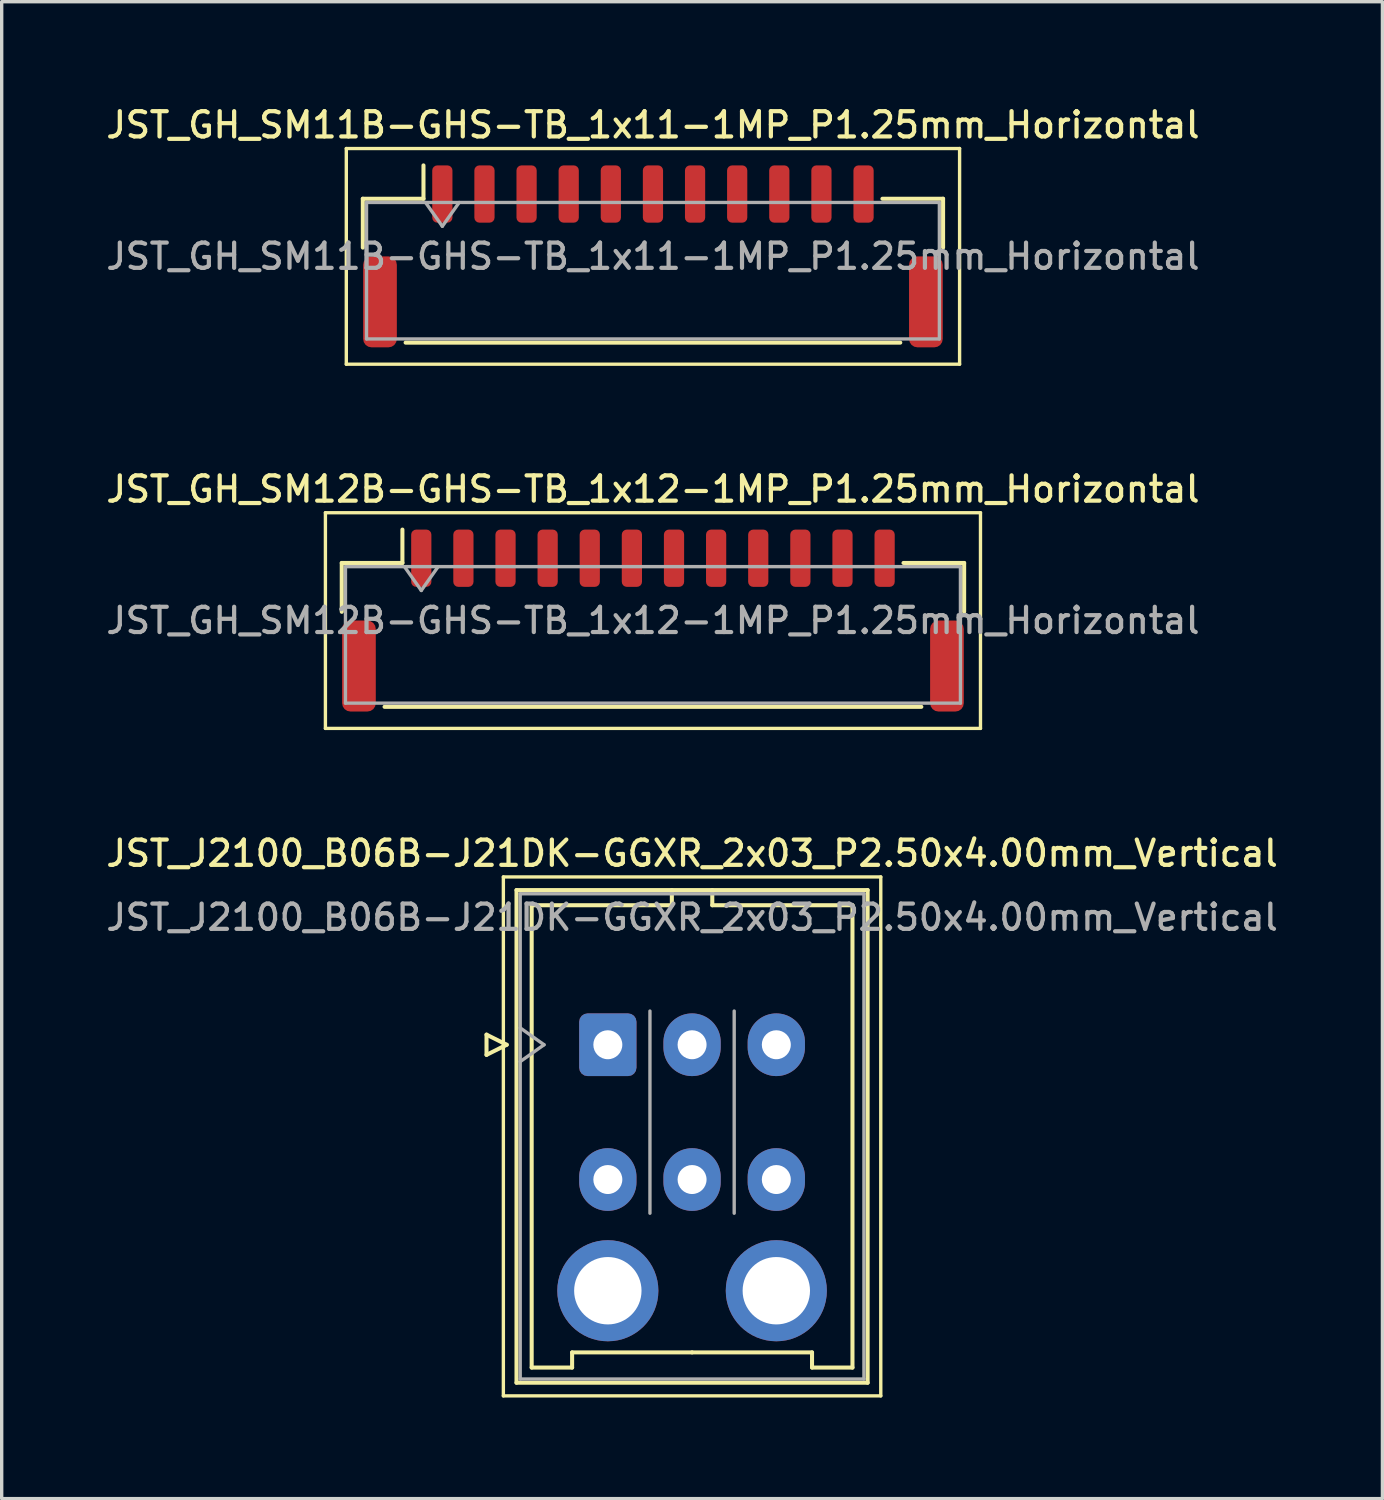
<source format=kicad_pcb>
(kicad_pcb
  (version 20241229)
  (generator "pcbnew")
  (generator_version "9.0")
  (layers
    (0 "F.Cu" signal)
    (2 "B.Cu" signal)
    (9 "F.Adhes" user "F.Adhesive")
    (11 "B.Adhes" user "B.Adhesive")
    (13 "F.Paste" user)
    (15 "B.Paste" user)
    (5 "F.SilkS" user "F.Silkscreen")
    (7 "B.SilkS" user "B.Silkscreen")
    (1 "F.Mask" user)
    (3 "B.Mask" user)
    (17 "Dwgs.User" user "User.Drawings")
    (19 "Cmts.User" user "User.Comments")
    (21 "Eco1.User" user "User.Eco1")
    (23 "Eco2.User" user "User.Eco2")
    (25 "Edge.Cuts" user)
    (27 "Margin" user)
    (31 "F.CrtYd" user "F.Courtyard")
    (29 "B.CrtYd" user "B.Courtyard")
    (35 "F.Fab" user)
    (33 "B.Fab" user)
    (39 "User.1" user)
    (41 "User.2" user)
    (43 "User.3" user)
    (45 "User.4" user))
  (footprint "JST_GH_SM12B-GHS-TB_1x12-1MP_P1.25mm_Horizontal"
    (layer "F.Cu")
    (at 16.327 15.366)
    (property "Reference" "JST_GH_SM12B-GHS-TB_1x12-1MP_P1.25mm_Horizontal" (at 0 -3.9 0) (layer "F.SilkS") (effects (font (size 0.75 0.75) (thickness 0.125))))
    (attr smd)
    (fp_line (start -9.72 -3.2) (end -9.72 3.2) (stroke (width 0.1) (type solid)) (layer "F.SilkS"))
    (fp_line (start -9.72 3.2) (end 9.72 3.2) (stroke (width 0.1) (type solid)) (layer "F.SilkS"))
    (fp_line (start -9.235 -1.71) (end -7.435 -1.71) (stroke (width 0.12) (type solid)) (layer "F.SilkS"))
    (fp_line (start -9.235 -0.26) (end -9.235 -1.71) (stroke (width 0.12) (type solid)) (layer "F.SilkS"))
    (fp_line (start -7.965 2.56) (end 7.965 2.56) (stroke (width 0.12) (type solid)) (layer "F.SilkS"))
    (fp_line (start -7.435 -1.71) (end -7.435 -2.7) (stroke (width 0.12) (type solid)) (layer "F.SilkS"))
    (fp_line (start 9.235 -1.71) (end 7.435 -1.71) (stroke (width 0.12) (type solid)) (layer "F.SilkS"))
    (fp_line (start 9.235 -0.26) (end 9.235 -1.71) (stroke (width 0.12) (type solid)) (layer "F.SilkS"))
    (fp_line (start 9.72 -3.2) (end -9.72 -3.2) (stroke (width 0.1) (type solid)) (layer "F.SilkS"))
    (fp_line (start 9.72 3.2) (end 9.72 -3.2) (stroke (width 0.1) (type solid)) (layer "F.SilkS"))
    (fp_line (start -9.125 -1.6) (end -9.125 2.45) (stroke (width 0.1) (type solid)) (layer "F.Fab"))
    (fp_line (start -9.125 -1.6) (end 9.125 -1.6) (stroke (width 0.1) (type solid)) (layer "F.Fab"))
    (fp_line (start -9.125 2.45) (end 9.125 2.45) (stroke (width 0.1) (type solid)) (layer "F.Fab"))
    (fp_line (start -7.375 -1.6) (end -6.875 -0.893) (stroke (width 0.1) (type solid)) (layer "F.Fab"))
    (fp_line (start -6.875 -0.893) (end -6.375 -1.6) (stroke (width 0.1) (type solid)) (layer "F.Fab"))
    (fp_line (start 9.125 -1.6) (end 9.125 2.45) (stroke (width 0.1) (type solid)) (layer "F.Fab"))
    (fp_text user "${REFERENCE}" (at 0 0 0) (layer "F.Fab") (effects (font (size 0.75 0.75) (thickness 0.125))))
    (pad "1" smd roundrect (at -6.875 -1.85) (size 0.6 1.7) (layers "F.Cu" "F.Mask" "F.Paste") (roundrect_rratio 0.25))
    (pad "2" smd roundrect (at -5.625 -1.85) (size 0.6 1.7) (layers "F.Cu" "F.Mask" "F.Paste") (roundrect_rratio 0.25))
    (pad "3" smd roundrect (at -4.375 -1.85) (size 0.6 1.7) (layers "F.Cu" "F.Mask" "F.Paste") (roundrect_rratio 0.25))
    (pad "4" smd roundrect (at -3.125 -1.85) (size 0.6 1.7) (layers "F.Cu" "F.Mask" "F.Paste") (roundrect_rratio 0.25))
    (pad "5" smd roundrect (at -1.875 -1.85) (size 0.6 1.7) (layers "F.Cu" "F.Mask" "F.Paste") (roundrect_rratio 0.25))
    (pad "6" smd roundrect (at -0.625 -1.85) (size 0.6 1.7) (layers "F.Cu" "F.Mask" "F.Paste") (roundrect_rratio 0.25))
    (pad "7" smd roundrect (at 0.625 -1.85) (size 0.6 1.7) (layers "F.Cu" "F.Mask" "F.Paste") (roundrect_rratio 0.25))
    (pad "8" smd roundrect (at 1.875 -1.85) (size 0.6 1.7) (layers "F.Cu" "F.Mask" "F.Paste") (roundrect_rratio 0.25))
    (pad "9" smd roundrect (at 3.125 -1.85) (size 0.6 1.7) (layers "F.Cu" "F.Mask" "F.Paste") (roundrect_rratio 0.25))
    (pad "10" smd roundrect (at 4.375 -1.85) (size 0.6 1.7) (layers "F.Cu" "F.Mask" "F.Paste") (roundrect_rratio 0.25))
    (pad "11" smd roundrect (at 5.625 -1.85) (size 0.6 1.7) (layers "F.Cu" "F.Mask" "F.Paste") (roundrect_rratio 0.25))
    (pad "12" smd roundrect (at 6.875 -1.85) (size 0.6 1.7) (layers "F.Cu" "F.Mask" "F.Paste") (roundrect_rratio 0.25))
    (pad "MP" smd roundrect (at -8.725 1.35) (size 1 2.7) (layers "F.Cu" "F.Mask" "F.Paste") (roundrect_rratio 0.25))
    (pad "MP" smd roundrect (at 8.725 1.35) (size 1 2.7) (layers "F.Cu" "F.Mask" "F.Paste") (roundrect_rratio 0.25)))
  (footprint "JST_GH_SM11B-GHS-TB_1x11-1MP_P1.25mm_Horizontal"
    (layer "F.Cu")
    (at 16.327 4.558)
    (property "Reference" "JST_GH_SM11B-GHS-TB_1x11-1MP_P1.25mm_Horizontal" (at 0 -3.9 0) (layer "F.SilkS") (effects (font (size 0.75 0.75) (thickness 0.125))))
    (attr smd)
    (fp_line (start -9.1 -3.2) (end -9.1 3.2) (stroke (width 0.1) (type solid)) (layer "F.SilkS"))
    (fp_line (start -9.1 3.2) (end 9.1 3.2) (stroke (width 0.1) (type solid)) (layer "F.SilkS"))
    (fp_line (start -8.61 -1.71) (end -6.81 -1.71) (stroke (width 0.12) (type solid)) (layer "F.SilkS"))
    (fp_line (start -8.61 -0.26) (end -8.61 -1.71) (stroke (width 0.12) (type solid)) (layer "F.SilkS"))
    (fp_line (start -7.34 2.56) (end 7.34 2.56) (stroke (width 0.12) (type solid)) (layer "F.SilkS"))
    (fp_line (start -6.81 -1.71) (end -6.81 -2.7) (stroke (width 0.12) (type solid)) (layer "F.SilkS"))
    (fp_line (start 8.61 -1.71) (end 6.81 -1.71) (stroke (width 0.12) (type solid)) (layer "F.SilkS"))
    (fp_line (start 8.61 -0.26) (end 8.61 -1.71) (stroke (width 0.12) (type solid)) (layer "F.SilkS"))
    (fp_line (start 9.1 -3.2) (end -9.1 -3.2) (stroke (width 0.1) (type solid)) (layer "F.SilkS"))
    (fp_line (start 9.1 3.2) (end 9.1 -3.2) (stroke (width 0.1) (type solid)) (layer "F.SilkS"))
    (fp_line (start -8.5 -1.6) (end -8.5 2.45) (stroke (width 0.1) (type solid)) (layer "F.Fab"))
    (fp_line (start -8.5 -1.6) (end 8.5 -1.6) (stroke (width 0.1) (type solid)) (layer "F.Fab"))
    (fp_line (start -8.5 2.45) (end 8.5 2.45) (stroke (width 0.1) (type solid)) (layer "F.Fab"))
    (fp_line (start -6.75 -1.6) (end -6.25 -0.893) (stroke (width 0.1) (type solid)) (layer "F.Fab"))
    (fp_line (start -6.25 -0.893) (end -5.75 -1.6) (stroke (width 0.1) (type solid)) (layer "F.Fab"))
    (fp_line (start 8.5 -1.6) (end 8.5 2.45) (stroke (width 0.1) (type solid)) (layer "F.Fab"))
    (fp_text user "${REFERENCE}" (at 0 0 0) (layer "F.Fab") (effects (font (size 0.75 0.75) (thickness 0.125))))
    (pad "1" smd roundrect (at -6.25 -1.85) (size 0.6 1.7) (layers "F.Cu" "F.Mask" "F.Paste") (roundrect_rratio 0.25))
    (pad "2" smd roundrect (at -5 -1.85) (size 0.6 1.7) (layers "F.Cu" "F.Mask" "F.Paste") (roundrect_rratio 0.25))
    (pad "3" smd roundrect (at -3.75 -1.85) (size 0.6 1.7) (layers "F.Cu" "F.Mask" "F.Paste") (roundrect_rratio 0.25))
    (pad "4" smd roundrect (at -2.5 -1.85) (size 0.6 1.7) (layers "F.Cu" "F.Mask" "F.Paste") (roundrect_rratio 0.25))
    (pad "5" smd roundrect (at -1.25 -1.85) (size 0.6 1.7) (layers "F.Cu" "F.Mask" "F.Paste") (roundrect_rratio 0.25))
    (pad "6" smd roundrect (at 0 -1.85) (size 0.6 1.7) (layers "F.Cu" "F.Mask" "F.Paste") (roundrect_rratio 0.25))
    (pad "7" smd roundrect (at 1.25 -1.85) (size 0.6 1.7) (layers "F.Cu" "F.Mask" "F.Paste") (roundrect_rratio 0.25))
    (pad "8" smd roundrect (at 2.5 -1.85) (size 0.6 1.7) (layers "F.Cu" "F.Mask" "F.Paste") (roundrect_rratio 0.25))
    (pad "9" smd roundrect (at 3.75 -1.85) (size 0.6 1.7) (layers "F.Cu" "F.Mask" "F.Paste") (roundrect_rratio 0.25))
    (pad "10" smd roundrect (at 5 -1.85) (size 0.6 1.7) (layers "F.Cu" "F.Mask" "F.Paste") (roundrect_rratio 0.25))
    (pad "11" smd roundrect (at 6.25 -1.85) (size 0.6 1.7) (layers "F.Cu" "F.Mask" "F.Paste") (roundrect_rratio 0.25))
    (pad "MP" smd roundrect (at -8.1 1.35) (size 1 2.7) (layers "F.Cu" "F.Mask" "F.Paste") (roundrect_rratio 0.25))
    (pad "MP" smd roundrect (at 8.1 1.35) (size 1 2.7) (layers "F.Cu" "F.Mask" "F.Paste") (roundrect_rratio 0.25)))
  (footprint "JST_J2100_B06B-J21DK-GGXR_2x03_P2.50x4.00mm_Vertical"
    (layer "F.Cu")
    (at 14.988 27.954)
    (property "Reference" "JST_J2100_B06B-J21DK-GGXR_2x03_P2.50x4.00mm_Vertical" (at 2.5 -5.68 0) (layer "F.SilkS") (effects (font (size 0.75 0.75) (thickness 0.125))))
    (attr through_hole)
    (fp_line (start -3.6 -0.3) (end -3 0) (stroke (width 0.12) (type solid)) (layer "F.SilkS"))
    (fp_line (start -3.6 0.3) (end -3.6 -0.3) (stroke (width 0.12) (type solid)) (layer "F.SilkS"))
    (fp_line (start -3.1 -4.98) (end -3.1 10.42) (stroke (width 0.1) (type solid)) (layer "F.SilkS"))
    (fp_line (start -3.1 10.42) (end 8.1 10.42) (stroke (width 0.1) (type solid)) (layer "F.SilkS"))
    (fp_line (start -3 0) (end -3.6 0.3) (stroke (width 0.12) (type solid)) (layer "F.SilkS"))
    (fp_line (start -2.71 -4.59) (end -2.71 10.03) (stroke (width 0.12) (type solid)) (layer "F.SilkS"))
    (fp_line (start -2.71 10.03) (end 7.71 10.03) (stroke (width 0.12) (type solid)) (layer "F.SilkS"))
    (fp_line (start -2.26 -4.14) (end -2.26 9.58) (stroke (width 0.12) (type solid)) (layer "F.SilkS"))
    (fp_line (start -2.26 9.58) (end -1.06 9.58) (stroke (width 0.12) (type solid)) (layer "F.SilkS"))
    (fp_line (start -1.06 9.13) (end 2.5 9.13) (stroke (width 0.12) (type solid)) (layer "F.SilkS"))
    (fp_line (start -1.06 9.58) (end -1.06 9.13) (stroke (width 0.12) (type solid)) (layer "F.SilkS"))
    (fp_line (start 1.9 -4.59) (end 1.9 -4.14) (stroke (width 0.12) (type solid)) (layer "F.SilkS"))
    (fp_line (start 1.9 -4.14) (end -2.26 -4.14) (stroke (width 0.12) (type solid)) (layer "F.SilkS"))
    (fp_line (start 3.1 -4.59) (end 3.1 -4.14) (stroke (width 0.12) (type solid)) (layer "F.SilkS"))
    (fp_line (start 3.1 -4.14) (end 7.26 -4.14) (stroke (width 0.12) (type solid)) (layer "F.SilkS"))
    (fp_line (start 6.06 9.13) (end 2.5 9.13) (stroke (width 0.12) (type solid)) (layer "F.SilkS"))
    (fp_line (start 6.06 9.58) (end 6.06 9.13) (stroke (width 0.12) (type solid)) (layer "F.SilkS"))
    (fp_line (start 7.26 -4.14) (end 7.26 9.58) (stroke (width 0.12) (type solid)) (layer "F.SilkS"))
    (fp_line (start 7.26 9.58) (end 6.06 9.58) (stroke (width 0.12) (type solid)) (layer "F.SilkS"))
    (fp_line (start 7.71 -4.59) (end -2.71 -4.59) (stroke (width 0.12) (type solid)) (layer "F.SilkS"))
    (fp_line (start 7.71 10.03) (end 7.71 -4.59) (stroke (width 0.12) (type solid)) (layer "F.SilkS"))
    (fp_line (start 8.1 -4.98) (end -3.1 -4.98) (stroke (width 0.1) (type solid)) (layer "F.SilkS"))
    (fp_line (start 8.1 10.42) (end 8.1 -4.98) (stroke (width 0.1) (type solid)) (layer "F.SilkS"))
    (fp_line (start -2.6 -4.48) (end -2.6 9.92) (stroke (width 0.1) (type solid)) (layer "F.Fab"))
    (fp_line (start -2.6 0.5) (end -1.893 0) (stroke (width 0.1) (type solid)) (layer "F.Fab"))
    (fp_line (start -2.6 9.92) (end 7.6 9.92) (stroke (width 0.1) (type solid)) (layer "F.Fab"))
    (fp_line (start -1.893 0) (end -2.6 -0.5) (stroke (width 0.1) (type solid)) (layer "F.Fab"))
    (fp_line (start 1.25 5) (end 1.25 -1) (stroke (width 0.1) (type solid)) (layer "F.Fab"))
    (fp_line (start 3.75 5) (end 3.75 -1) (stroke (width 0.1) (type solid)) (layer "F.Fab"))
    (fp_line (start 7.6 -4.48) (end -2.6 -4.48) (stroke (width 0.1) (type solid)) (layer "F.Fab"))
    (fp_line (start 7.6 9.92) (end 7.6 -4.48) (stroke (width 0.1) (type solid)) (layer "F.Fab"))
    (fp_text user "${REFERENCE}" (at 2.5 -3.78 0) (layer "F.Fab") (effects (font (size 0.75 0.75) (thickness 0.125))))
    (pad "" thru_hole circle (at 0 7.3) (size 3 3) (drill 2) (layers "*.Cu" "*.Mask"))
    (pad "" thru_hole circle (at 5 7.3) (size 3 3) (drill 2) (layers "*.Cu" "*.Mask"))
    (pad "1" thru_hole roundrect (at 0 0) (size 1.7 1.86) (drill 0.86) (layers "*.Cu" "*.Mask") (roundrect_rratio 0.147))
    (pad "2" thru_hole oval (at 2.5 0) (size 1.7 1.86) (drill 0.86) (layers "*.Cu" "*.Mask"))
    (pad "3" thru_hole oval (at 5 0) (size 1.7 1.86) (drill 0.86) (layers "*.Cu" "*.Mask"))
    (pad "4" thru_hole oval (at 0 4) (size 1.7 1.86) (drill 0.86) (layers "*.Cu" "*.Mask"))
    (pad "5" thru_hole oval (at 2.5 4) (size 1.7 1.86) (drill 0.86) (layers "*.Cu" "*.Mask"))
    (pad "6" thru_hole oval (at 5 4) (size 1.7 1.86) (drill 0.86) (layers "*.Cu" "*.Mask")))
  (gr_rect
    (start -3 -3)
    (end 37.975 41.424)
    (stroke (width 0.1) (type default))
    (fill no)
    (layer "Edge.Cuts")))
</source>
